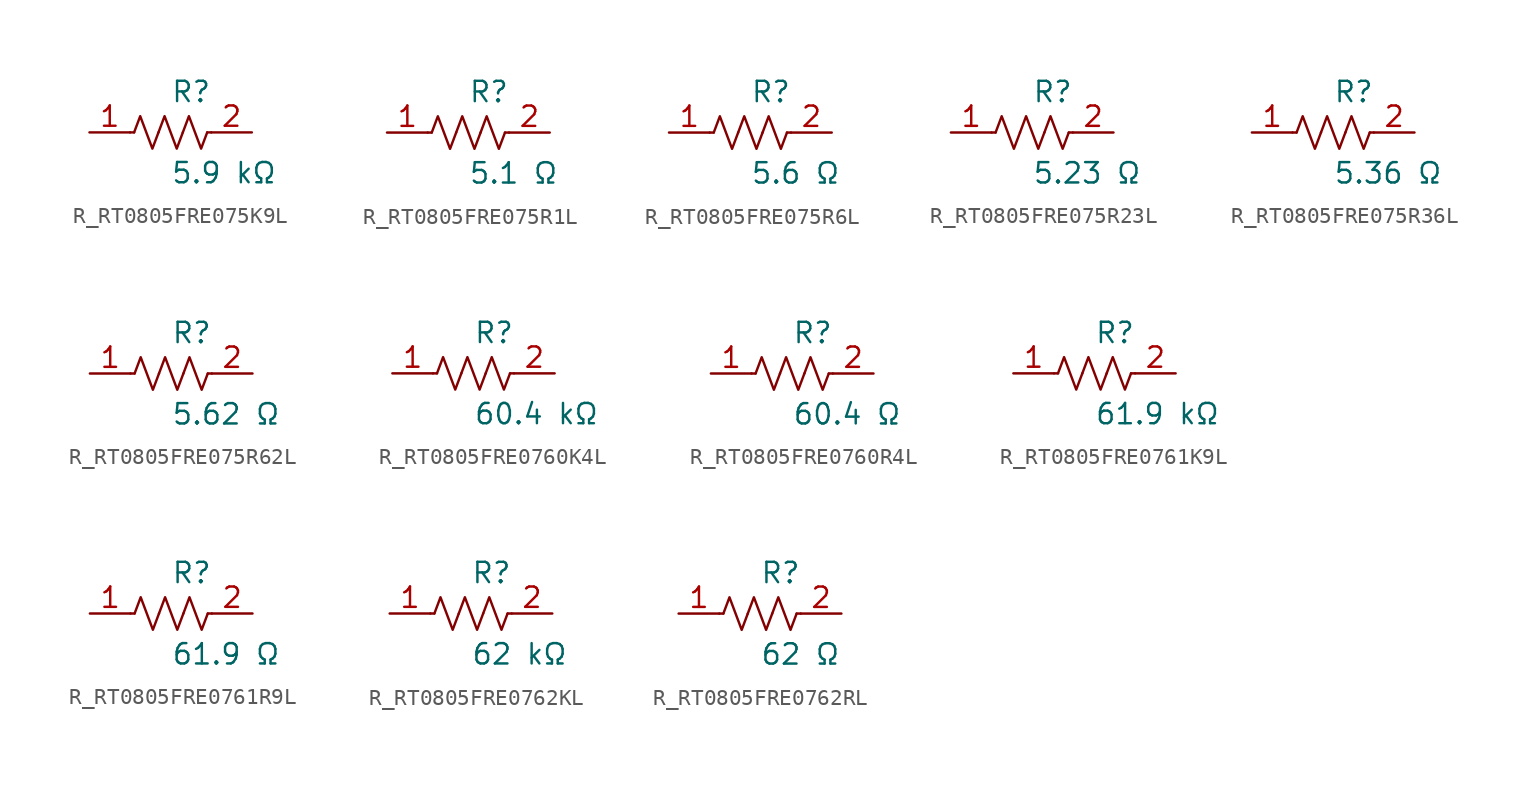
<source format=kicad_sym>
(kicad_symbol_lib
  (version 20231120)
  (generator kicad_symbol_editor)
  (generator_version 8.0)
  (symbol "R_RT0805FRE075K9L"
    (pin_names
      (offset 0.254))
    (property "Reference" "R"
      (at 0 2.54 0)
      (effects (font (size 1.27 1.27)) (justify left)))
    (property "Value" "5.9 kΩ"
      (at 0 -2.54 0)
      (effects (font (size 1.27 1.27)) (justify left)))
    (symbol "R_RT0805FRE075K9L_0_1"
      (polyline (pts (xy 2.286 0) (xy 2.54 0)) (stroke (width 0) (type default)) (fill (type none)))
      (polyline (pts (xy -2.286 0) (xy -2.54 0)) (stroke (width 0) (type default)) (fill (type none)))
      (polyline (pts (xy 0.762 0) (xy 1.143 1.016) (xy 1.524 0) (xy 1.905 -1.016) (xy 2.286 0)) (stroke (width 0) (type default)) (fill (type none)))
      (polyline (pts (xy -0.762 0) (xy -0.381 1.016) (xy 0 0) (xy 0.381 -1.016) (xy 0.762 0)) (stroke (width 0) (type default)) (fill (type none)))
      (polyline (pts (xy -2.286 0) (xy -1.905 1.016) (xy -1.524 0) (xy -1.143 -1.016) (xy -0.762 0)) (stroke (width 0) (type default)) (fill (type none))))
    (pin passive line
      (at -5.08 0 0)
      (length 2.54)
      (name "" (effects (font (size 1.27 1.27))))
      (number "1" (effects (font (size 1.27 1.27)))))
    (pin passive line
      (at 5.08 0 180)
      (length 2.54)
      (name "" (effects (font (size 1.27 1.27))))
      (number "2" (effects (font (size 1.27 1.27))))))
  (symbol "R_RT0805FRE075R1L"
    (pin_names
      (offset 0.254))
    (property "Reference" "R"
      (at 0 2.54 0)
      (effects (font (size 1.27 1.27)) (justify left)))
    (property "Value" "5.1 Ω"
      (at 0 -2.54 0)
      (effects (font (size 1.27 1.27)) (justify left)))
    (symbol "R_RT0805FRE075R1L_0_1"
      (polyline (pts (xy 2.286 0) (xy 2.54 0)) (stroke (width 0) (type default)) (fill (type none)))
      (polyline (pts (xy -2.286 0) (xy -2.54 0)) (stroke (width 0) (type default)) (fill (type none)))
      (polyline (pts (xy 0.762 0) (xy 1.143 1.016) (xy 1.524 0) (xy 1.905 -1.016) (xy 2.286 0)) (stroke (width 0) (type default)) (fill (type none)))
      (polyline (pts (xy -0.762 0) (xy -0.381 1.016) (xy 0 0) (xy 0.381 -1.016) (xy 0.762 0)) (stroke (width 0) (type default)) (fill (type none)))
      (polyline (pts (xy -2.286 0) (xy -1.905 1.016) (xy -1.524 0) (xy -1.143 -1.016) (xy -0.762 0)) (stroke (width 0) (type default)) (fill (type none))))
    (pin passive line
      (at -5.08 0 0)
      (length 2.54)
      (name "" (effects (font (size 1.27 1.27))))
      (number "1" (effects (font (size 1.27 1.27)))))
    (pin passive line
      (at 5.08 0 180)
      (length 2.54)
      (name "" (effects (font (size 1.27 1.27))))
      (number "2" (effects (font (size 1.27 1.27))))))
  (symbol "R_RT0805FRE075R6L"
    (pin_names
      (offset 0.254))
    (property "Reference" "R"
      (at 0 2.54 0)
      (effects (font (size 1.27 1.27)) (justify left)))
    (property "Value" "5.6 Ω"
      (at 0 -2.54 0)
      (effects (font (size 1.27 1.27)) (justify left)))
    (symbol "R_RT0805FRE075R6L_0_1"
      (polyline (pts (xy 2.286 0) (xy 2.54 0)) (stroke (width 0) (type default)) (fill (type none)))
      (polyline (pts (xy -2.286 0) (xy -2.54 0)) (stroke (width 0) (type default)) (fill (type none)))
      (polyline (pts (xy 0.762 0) (xy 1.143 1.016) (xy 1.524 0) (xy 1.905 -1.016) (xy 2.286 0)) (stroke (width 0) (type default)) (fill (type none)))
      (polyline (pts (xy -0.762 0) (xy -0.381 1.016) (xy 0 0) (xy 0.381 -1.016) (xy 0.762 0)) (stroke (width 0) (type default)) (fill (type none)))
      (polyline (pts (xy -2.286 0) (xy -1.905 1.016) (xy -1.524 0) (xy -1.143 -1.016) (xy -0.762 0)) (stroke (width 0) (type default)) (fill (type none))))
    (pin passive line
      (at -5.08 0 0)
      (length 2.54)
      (name "" (effects (font (size 1.27 1.27))))
      (number "1" (effects (font (size 1.27 1.27)))))
    (pin passive line
      (at 5.08 0 180)
      (length 2.54)
      (name "" (effects (font (size 1.27 1.27))))
      (number "2" (effects (font (size 1.27 1.27))))))
  (symbol "R_RT0805FRE075R23L"
    (pin_names
      (offset 0.254))
    (property "Reference" "R"
      (at 0 2.54 0)
      (effects (font (size 1.27 1.27)) (justify left)))
    (property "Value" "5.23 Ω"
      (at 0 -2.54 0)
      (effects (font (size 1.27 1.27)) (justify left)))
    (symbol "R_RT0805FRE075R23L_0_1"
      (polyline (pts (xy 2.286 0) (xy 2.54 0)) (stroke (width 0) (type default)) (fill (type none)))
      (polyline (pts (xy -2.286 0) (xy -2.54 0)) (stroke (width 0) (type default)) (fill (type none)))
      (polyline (pts (xy 0.762 0) (xy 1.143 1.016) (xy 1.524 0) (xy 1.905 -1.016) (xy 2.286 0)) (stroke (width 0) (type default)) (fill (type none)))
      (polyline (pts (xy -0.762 0) (xy -0.381 1.016) (xy 0 0) (xy 0.381 -1.016) (xy 0.762 0)) (stroke (width 0) (type default)) (fill (type none)))
      (polyline (pts (xy -2.286 0) (xy -1.905 1.016) (xy -1.524 0) (xy -1.143 -1.016) (xy -0.762 0)) (stroke (width 0) (type default)) (fill (type none))))
    (pin passive line
      (at -5.08 0 0)
      (length 2.54)
      (name "" (effects (font (size 1.27 1.27))))
      (number "1" (effects (font (size 1.27 1.27)))))
    (pin passive line
      (at 5.08 0 180)
      (length 2.54)
      (name "" (effects (font (size 1.27 1.27))))
      (number "2" (effects (font (size 1.27 1.27))))))
  (symbol "R_RT0805FRE075R36L"
    (pin_names
      (offset 0.254))
    (property "Reference" "R"
      (at 0 2.54 0)
      (effects (font (size 1.27 1.27)) (justify left)))
    (property "Value" "5.36 Ω"
      (at 0 -2.54 0)
      (effects (font (size 1.27 1.27)) (justify left)))
    (symbol "R_RT0805FRE075R36L_0_1"
      (polyline (pts (xy 2.286 0) (xy 2.54 0)) (stroke (width 0) (type default)) (fill (type none)))
      (polyline (pts (xy -2.286 0) (xy -2.54 0)) (stroke (width 0) (type default)) (fill (type none)))
      (polyline (pts (xy 0.762 0) (xy 1.143 1.016) (xy 1.524 0) (xy 1.905 -1.016) (xy 2.286 0)) (stroke (width 0) (type default)) (fill (type none)))
      (polyline (pts (xy -0.762 0) (xy -0.381 1.016) (xy 0 0) (xy 0.381 -1.016) (xy 0.762 0)) (stroke (width 0) (type default)) (fill (type none)))
      (polyline (pts (xy -2.286 0) (xy -1.905 1.016) (xy -1.524 0) (xy -1.143 -1.016) (xy -0.762 0)) (stroke (width 0) (type default)) (fill (type none))))
    (pin passive line
      (at -5.08 0 0)
      (length 2.54)
      (name "" (effects (font (size 1.27 1.27))))
      (number "1" (effects (font (size 1.27 1.27)))))
    (pin passive line
      (at 5.08 0 180)
      (length 2.54)
      (name "" (effects (font (size 1.27 1.27))))
      (number "2" (effects (font (size 1.27 1.27))))))
  (symbol "R_RT0805FRE075R62L"
    (pin_names
      (offset 0.254))
    (property "Reference" "R"
      (at 0 2.54 0)
      (effects (font (size 1.27 1.27)) (justify left)))
    (property "Value" "5.62 Ω"
      (at 0 -2.54 0)
      (effects (font (size 1.27 1.27)) (justify left)))
    (symbol "R_RT0805FRE075R62L_0_1"
      (polyline (pts (xy 2.286 0) (xy 2.54 0)) (stroke (width 0) (type default)) (fill (type none)))
      (polyline (pts (xy -2.286 0) (xy -2.54 0)) (stroke (width 0) (type default)) (fill (type none)))
      (polyline (pts (xy 0.762 0) (xy 1.143 1.016) (xy 1.524 0) (xy 1.905 -1.016) (xy 2.286 0)) (stroke (width 0) (type default)) (fill (type none)))
      (polyline (pts (xy -0.762 0) (xy -0.381 1.016) (xy 0 0) (xy 0.381 -1.016) (xy 0.762 0)) (stroke (width 0) (type default)) (fill (type none)))
      (polyline (pts (xy -2.286 0) (xy -1.905 1.016) (xy -1.524 0) (xy -1.143 -1.016) (xy -0.762 0)) (stroke (width 0) (type default)) (fill (type none))))
    (pin passive line
      (at -5.08 0 0)
      (length 2.54)
      (name "" (effects (font (size 1.27 1.27))))
      (number "1" (effects (font (size 1.27 1.27)))))
    (pin passive line
      (at 5.08 0 180)
      (length 2.54)
      (name "" (effects (font (size 1.27 1.27))))
      (number "2" (effects (font (size 1.27 1.27))))))
  (symbol "R_RT0805FRE0760K4L"
    (pin_names
      (offset 0.254))
    (property "Reference" "R"
      (at 0 2.54 0)
      (effects (font (size 1.27 1.27)) (justify left)))
    (property "Value" "60.4 kΩ"
      (at 0 -2.54 0)
      (effects (font (size 1.27 1.27)) (justify left)))
    (symbol "R_RT0805FRE0760K4L_0_1"
      (polyline (pts (xy 2.286 0) (xy 2.54 0)) (stroke (width 0) (type default)) (fill (type none)))
      (polyline (pts (xy -2.286 0) (xy -2.54 0)) (stroke (width 0) (type default)) (fill (type none)))
      (polyline (pts (xy 0.762 0) (xy 1.143 1.016) (xy 1.524 0) (xy 1.905 -1.016) (xy 2.286 0)) (stroke (width 0) (type default)) (fill (type none)))
      (polyline (pts (xy -0.762 0) (xy -0.381 1.016) (xy 0 0) (xy 0.381 -1.016) (xy 0.762 0)) (stroke (width 0) (type default)) (fill (type none)))
      (polyline (pts (xy -2.286 0) (xy -1.905 1.016) (xy -1.524 0) (xy -1.143 -1.016) (xy -0.762 0)) (stroke (width 0) (type default)) (fill (type none))))
    (pin passive line
      (at -5.08 0 0)
      (length 2.54)
      (name "" (effects (font (size 1.27 1.27))))
      (number "1" (effects (font (size 1.27 1.27)))))
    (pin passive line
      (at 5.08 0 180)
      (length 2.54)
      (name "" (effects (font (size 1.27 1.27))))
      (number "2" (effects (font (size 1.27 1.27))))))
  (symbol "R_RT0805FRE0760R4L"
    (pin_names
      (offset 0.254))
    (property "Reference" "R"
      (at 0 2.54 0)
      (effects (font (size 1.27 1.27)) (justify left)))
    (property "Value" "60.4 Ω"
      (at 0 -2.54 0)
      (effects (font (size 1.27 1.27)) (justify left)))
    (symbol "R_RT0805FRE0760R4L_0_1"
      (polyline (pts (xy 2.286 0) (xy 2.54 0)) (stroke (width 0) (type default)) (fill (type none)))
      (polyline (pts (xy -2.286 0) (xy -2.54 0)) (stroke (width 0) (type default)) (fill (type none)))
      (polyline (pts (xy 0.762 0) (xy 1.143 1.016) (xy 1.524 0) (xy 1.905 -1.016) (xy 2.286 0)) (stroke (width 0) (type default)) (fill (type none)))
      (polyline (pts (xy -0.762 0) (xy -0.381 1.016) (xy 0 0) (xy 0.381 -1.016) (xy 0.762 0)) (stroke (width 0) (type default)) (fill (type none)))
      (polyline (pts (xy -2.286 0) (xy -1.905 1.016) (xy -1.524 0) (xy -1.143 -1.016) (xy -0.762 0)) (stroke (width 0) (type default)) (fill (type none))))
    (pin passive line
      (at -5.08 0 0)
      (length 2.54)
      (name "" (effects (font (size 1.27 1.27))))
      (number "1" (effects (font (size 1.27 1.27)))))
    (pin passive line
      (at 5.08 0 180)
      (length 2.54)
      (name "" (effects (font (size 1.27 1.27))))
      (number "2" (effects (font (size 1.27 1.27))))))
  (symbol "R_RT0805FRE0761K9L"
    (pin_names
      (offset 0.254))
    (property "Reference" "R"
      (at 0 2.54 0)
      (effects (font (size 1.27 1.27)) (justify left)))
    (property "Value" "61.9 kΩ"
      (at 0 -2.54 0)
      (effects (font (size 1.27 1.27)) (justify left)))
    (symbol "R_RT0805FRE0761K9L_0_1"
      (polyline (pts (xy 2.286 0) (xy 2.54 0)) (stroke (width 0) (type default)) (fill (type none)))
      (polyline (pts (xy -2.286 0) (xy -2.54 0)) (stroke (width 0) (type default)) (fill (type none)))
      (polyline (pts (xy 0.762 0) (xy 1.143 1.016) (xy 1.524 0) (xy 1.905 -1.016) (xy 2.286 0)) (stroke (width 0) (type default)) (fill (type none)))
      (polyline (pts (xy -0.762 0) (xy -0.381 1.016) (xy 0 0) (xy 0.381 -1.016) (xy 0.762 0)) (stroke (width 0) (type default)) (fill (type none)))
      (polyline (pts (xy -2.286 0) (xy -1.905 1.016) (xy -1.524 0) (xy -1.143 -1.016) (xy -0.762 0)) (stroke (width 0) (type default)) (fill (type none))))
    (pin passive line
      (at -5.08 0 0)
      (length 2.54)
      (name "" (effects (font (size 1.27 1.27))))
      (number "1" (effects (font (size 1.27 1.27)))))
    (pin passive line
      (at 5.08 0 180)
      (length 2.54)
      (name "" (effects (font (size 1.27 1.27))))
      (number "2" (effects (font (size 1.27 1.27))))))
  (symbol "R_RT0805FRE0761R9L"
    (pin_names
      (offset 0.254))
    (property "Reference" "R"
      (at 0 2.54 0)
      (effects (font (size 1.27 1.27)) (justify left)))
    (property "Value" "61.9 Ω"
      (at 0 -2.54 0)
      (effects (font (size 1.27 1.27)) (justify left)))
    (symbol "R_RT0805FRE0761R9L_0_1"
      (polyline (pts (xy 2.286 0) (xy 2.54 0)) (stroke (width 0) (type default)) (fill (type none)))
      (polyline (pts (xy -2.286 0) (xy -2.54 0)) (stroke (width 0) (type default)) (fill (type none)))
      (polyline (pts (xy 0.762 0) (xy 1.143 1.016) (xy 1.524 0) (xy 1.905 -1.016) (xy 2.286 0)) (stroke (width 0) (type default)) (fill (type none)))
      (polyline (pts (xy -0.762 0) (xy -0.381 1.016) (xy 0 0) (xy 0.381 -1.016) (xy 0.762 0)) (stroke (width 0) (type default)) (fill (type none)))
      (polyline (pts (xy -2.286 0) (xy -1.905 1.016) (xy -1.524 0) (xy -1.143 -1.016) (xy -0.762 0)) (stroke (width 0) (type default)) (fill (type none))))
    (pin passive line
      (at -5.08 0 0)
      (length 2.54)
      (name "" (effects (font (size 1.27 1.27))))
      (number "1" (effects (font (size 1.27 1.27)))))
    (pin passive line
      (at 5.08 0 180)
      (length 2.54)
      (name "" (effects (font (size 1.27 1.27))))
      (number "2" (effects (font (size 1.27 1.27))))))
  (symbol "R_RT0805FRE0762KL"
    (pin_names
      (offset 0.254))
    (property "Reference" "R"
      (at 0 2.54 0)
      (effects (font (size 1.27 1.27)) (justify left)))
    (property "Value" "62 kΩ"
      (at 0 -2.54 0)
      (effects (font (size 1.27 1.27)) (justify left)))
    (symbol "R_RT0805FRE0762KL_0_1"
      (polyline (pts (xy 2.286 0) (xy 2.54 0)) (stroke (width 0) (type default)) (fill (type none)))
      (polyline (pts (xy -2.286 0) (xy -2.54 0)) (stroke (width 0) (type default)) (fill (type none)))
      (polyline (pts (xy 0.762 0) (xy 1.143 1.016) (xy 1.524 0) (xy 1.905 -1.016) (xy 2.286 0)) (stroke (width 0) (type default)) (fill (type none)))
      (polyline (pts (xy -0.762 0) (xy -0.381 1.016) (xy 0 0) (xy 0.381 -1.016) (xy 0.762 0)) (stroke (width 0) (type default)) (fill (type none)))
      (polyline (pts (xy -2.286 0) (xy -1.905 1.016) (xy -1.524 0) (xy -1.143 -1.016) (xy -0.762 0)) (stroke (width 0) (type default)) (fill (type none))))
    (pin passive line
      (at -5.08 0 0)
      (length 2.54)
      (name "" (effects (font (size 1.27 1.27))))
      (number "1" (effects (font (size 1.27 1.27)))))
    (pin passive line
      (at 5.08 0 180)
      (length 2.54)
      (name "" (effects (font (size 1.27 1.27))))
      (number "2" (effects (font (size 1.27 1.27))))))
  (symbol "R_RT0805FRE0762RL"
    (pin_names
      (offset 0.254))
    (property "Reference" "R"
      (at 0 2.54 0)
      (effects (font (size 1.27 1.27)) (justify left)))
    (property "Value" "62 Ω"
      (at 0 -2.54 0)
      (effects (font (size 1.27 1.27)) (justify left)))
    (symbol "R_RT0805FRE0762RL_0_1"
      (polyline (pts (xy 2.286 0) (xy 2.54 0)) (stroke (width 0) (type default)) (fill (type none)))
      (polyline (pts (xy -2.286 0) (xy -2.54 0)) (stroke (width 0) (type default)) (fill (type none)))
      (polyline (pts (xy 0.762 0) (xy 1.143 1.016) (xy 1.524 0) (xy 1.905 -1.016) (xy 2.286 0)) (stroke (width 0) (type default)) (fill (type none)))
      (polyline (pts (xy -0.762 0) (xy -0.381 1.016) (xy 0 0) (xy 0.381 -1.016) (xy 0.762 0)) (stroke (width 0) (type default)) (fill (type none)))
      (polyline (pts (xy -2.286 0) (xy -1.905 1.016) (xy -1.524 0) (xy -1.143 -1.016) (xy -0.762 0)) (stroke (width 0) (type default)) (fill (type none))))
    (pin passive line
      (at -5.08 0 0)
      (length 2.54)
      (name "" (effects (font (size 1.27 1.27))))
      (number "1" (effects (font (size 1.27 1.27)))))
    (pin passive line
      (at 5.08 0 180)
      (length 2.54)
      (name "" (effects (font (size 1.27 1.27))))
      (number "2" (effects (font (size 1.27 1.27)))))))
</source>
